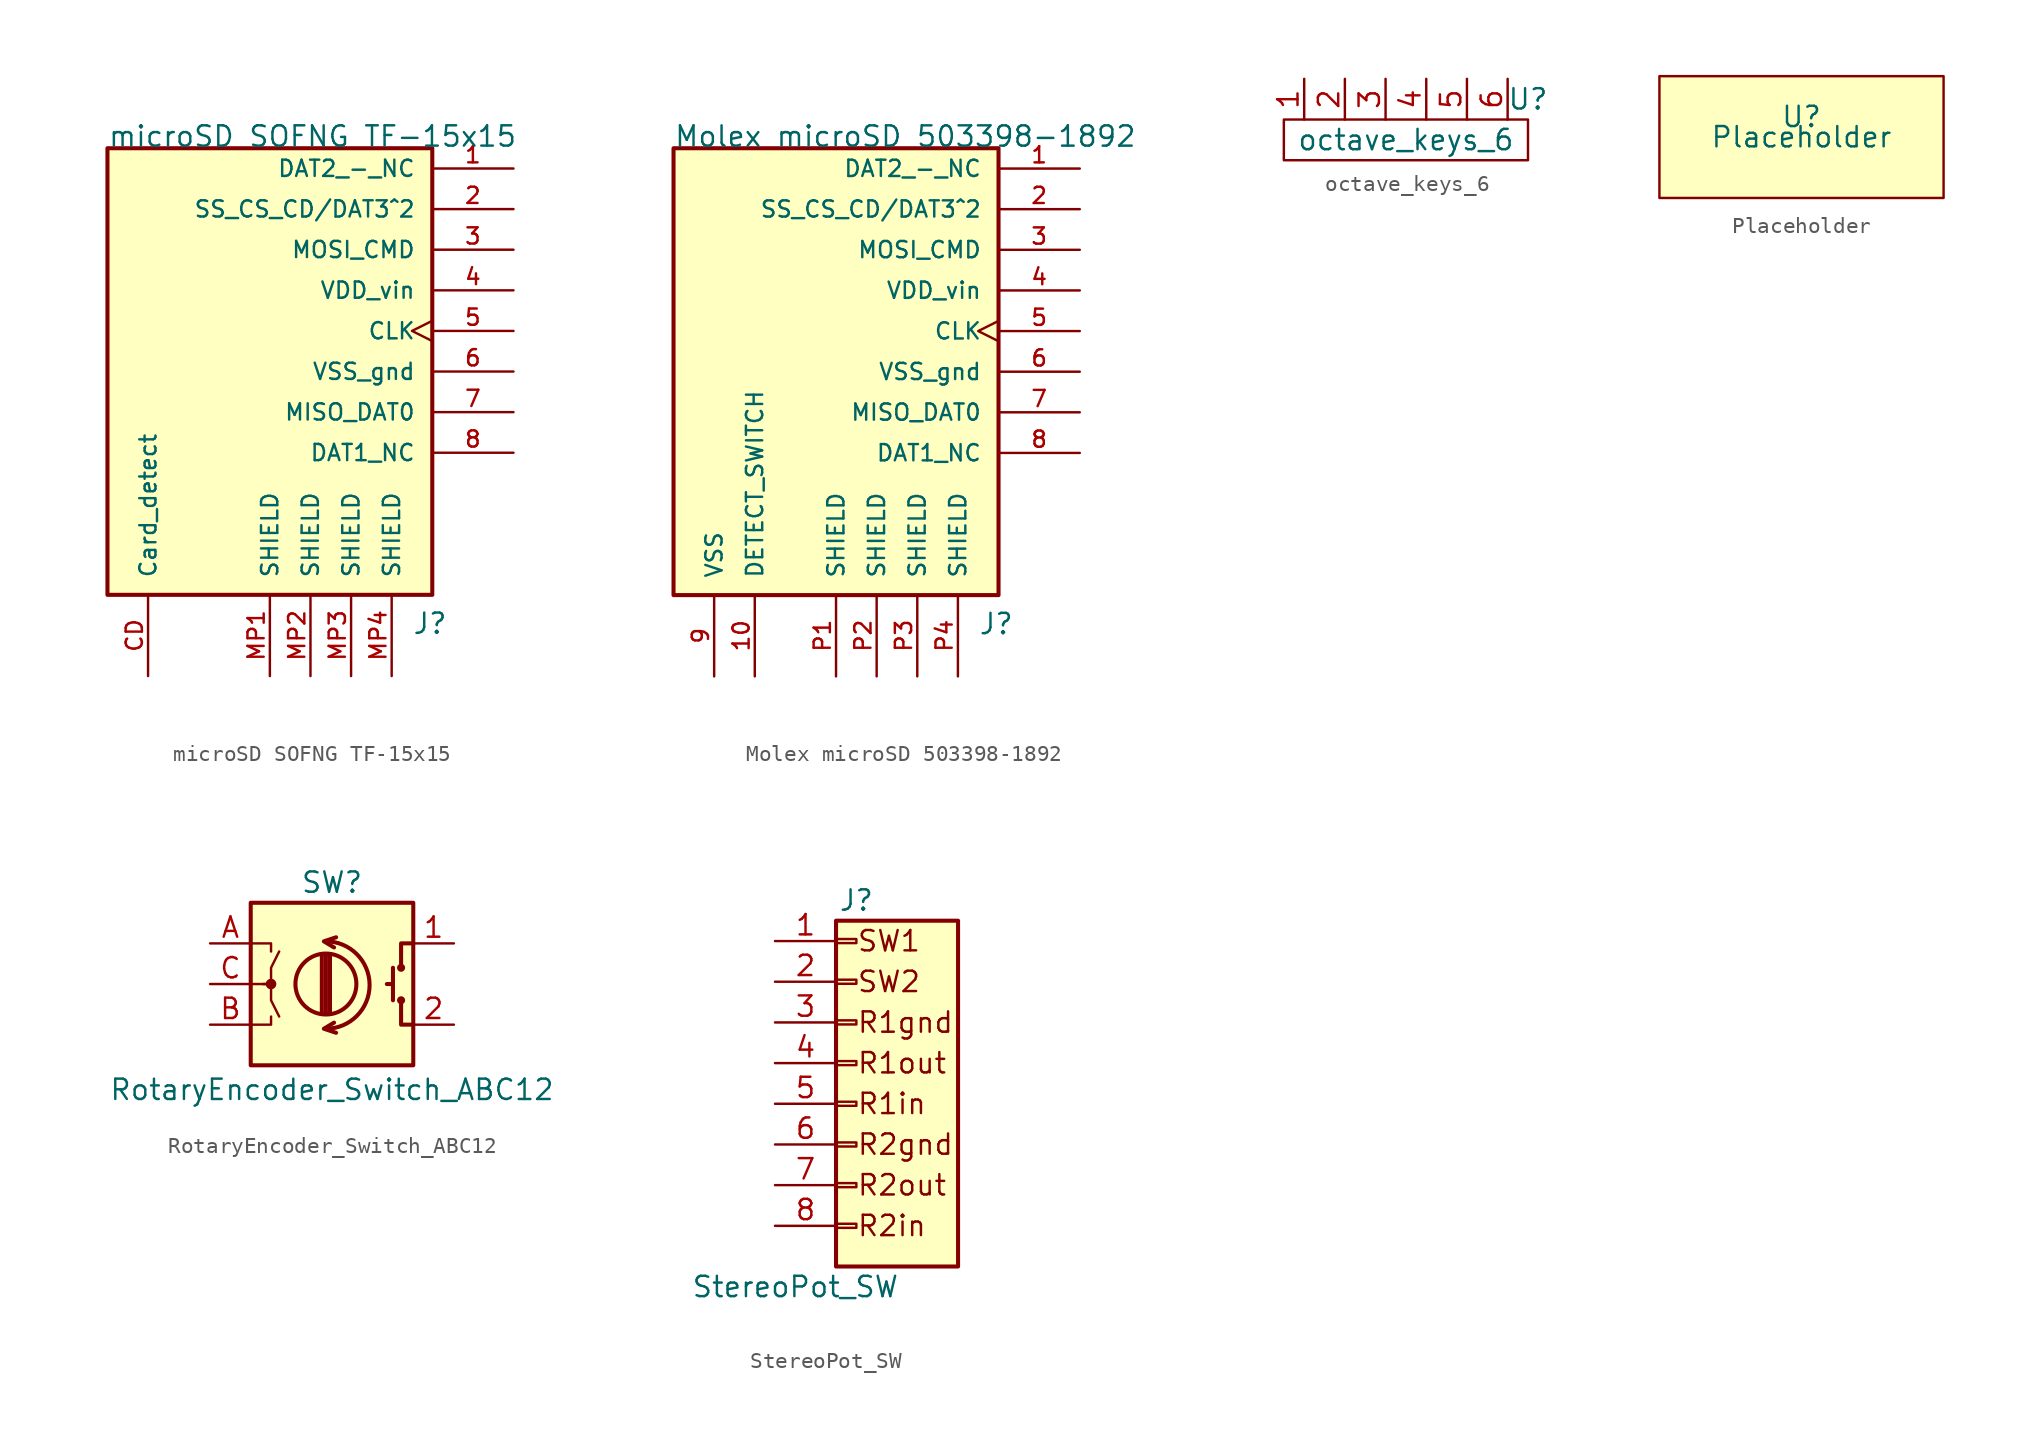
<source format=kicad_sym>
(kicad_symbol_lib
  (version 20211014)
  (generator kicad_symbol_editor)
  (symbol "microSD SOFNG TF-15x15"
    (pin_names
      (offset 1.016))
    (property "Reference" "J"
      (at 11.43 -15.24 0)
      (effects (font (size 1.27 1.27)) (justify left bottom)))
    (property "Value" "microSD SOFNG TF-15x15"
      (at -7.62 15.24 0)
      (effects (font (size 1.27 1.27)) (justify left bottom)))
    (symbol "microSD SOFNG TF-15x15_0_0"
      (rectangle (start -7.62 15.24) (end 12.7 -12.7) (stroke (width 0.254) (type default) (color 0 0 0 0)) (fill (type background)))
      (pin passive line (at 17.78 13.97 180) (length 5.08) (name "DAT2_-_NC" (effects (font (size 1.016 1.016)))) (number "1" (effects (font (size 1.016 1.016)))))
      (pin passive line (at 17.78 11.43 180) (length 5.08) (name "SS_CS_CD/DAT3^2" (effects (font (size 1.016 1.016)))) (number "2" (effects (font (size 1.016 1.016)))))
      (pin passive line (at 17.78 8.89 180) (length 5.08) (name "MOSI_CMD" (effects (font (size 1.016 1.016)))) (number "3" (effects (font (size 1.016 1.016)))))
      (pin power_in line (at 17.78 6.35 180) (length 5.08) (name "VDD_vin" (effects (font (size 1.016 1.016)))) (number "4" (effects (font (size 1.016 1.016)))))
      (pin passive clock (at 17.78 3.81 180) (length 5.08) (name "CLK" (effects (font (size 1.016 1.016)))) (number "5" (effects (font (size 1.016 1.016)))))
      (pin power_in line (at 17.78 1.27 180) (length 5.08) (name "VSS_gnd" (effects (font (size 1.016 1.016)))) (number "6" (effects (font (size 1.016 1.016)))))
      (pin passive line (at 17.78 -1.27 180) (length 5.08) (name "MISO_DAT0" (effects (font (size 1.016 1.016)))) (number "7" (effects (font (size 1.016 1.016)))))
      (pin passive line (at 17.78 -3.81 180) (length 5.08) (name "DAT1_NC" (effects (font (size 1.016 1.016)))) (number "8" (effects (font (size 1.016 1.016)))))
      (pin passive line (at -5.08 -17.78 90) (length 5.08) (name "Card_detect" (effects (font (size 1.016 1.016)))) (number "CD" (effects (font (size 1.016 1.016)))))
      (pin passive line (at 2.54 -17.78 90) (length 5.08) (name "SHIELD" (effects (font (size 1.016 1.016)))) (number "MP1" (effects (font (size 1.016 1.016)))))
      (pin passive line (at 5.08 -17.78 90) (length 5.08) (name "SHIELD" (effects (font (size 1.016 1.016)))) (number "MP2" (effects (font (size 1.016 1.016)))))
      (pin passive line (at 7.62 -17.78 90) (length 5.08) (name "SHIELD" (effects (font (size 1.016 1.016)))) (number "MP3" (effects (font (size 1.016 1.016)))))
      (pin passive line (at 10.16 -17.78 90) (length 5.08) (name "SHIELD" (effects (font (size 1.016 1.016)))) (number "MP4" (effects (font (size 1.016 1.016)))))))
  (symbol "Molex microSD 503398-1892"
    (pin_names
      (offset 1.016))
    (property "Reference" "J"
      (at 11.43 -15.24 0)
      (effects (font (size 1.27 1.27)) (justify left bottom)))
    (property "Value" "Molex microSD 503398-1892"
      (at -7.62 15.24 0)
      (effects (font (size 1.27 1.27)) (justify left bottom)))
    (symbol "Molex microSD 503398-1892_0_0"
      (rectangle (start -7.62 15.24) (end 12.7 -12.7) (stroke (width 0.254) (type default) (color 0 0 0 0)) (fill (type background)))
      (pin passive line (at 17.78 13.97 180) (length 5.08) (name "DAT2_-_NC" (effects (font (size 1.016 1.016)))) (number "1" (effects (font (size 1.016 1.016)))))
      (pin passive line (at -2.54 -17.78 90) (length 5.08) (name "DETECT_SWITCH" (effects (font (size 1.016 1.016)))) (number "10" (effects (font (size 1.016 1.016)))))
      (pin passive line (at 17.78 11.43 180) (length 5.08) (name "SS_CS_CD/DAT3^2" (effects (font (size 1.016 1.016)))) (number "2" (effects (font (size 1.016 1.016)))))
      (pin passive line (at 17.78 8.89 180) (length 5.08) (name "MOSI_CMD" (effects (font (size 1.016 1.016)))) (number "3" (effects (font (size 1.016 1.016)))))
      (pin power_in line (at 17.78 6.35 180) (length 5.08) (name "VDD_vin" (effects (font (size 1.016 1.016)))) (number "4" (effects (font (size 1.016 1.016)))))
      (pin passive clock (at 17.78 3.81 180) (length 5.08) (name "CLK" (effects (font (size 1.016 1.016)))) (number "5" (effects (font (size 1.016 1.016)))))
      (pin power_in line (at 17.78 1.27 180) (length 5.08) (name "VSS_gnd" (effects (font (size 1.016 1.016)))) (number "6" (effects (font (size 1.016 1.016)))))
      (pin passive line (at 17.78 -1.27 180) (length 5.08) (name "MISO_DAT0" (effects (font (size 1.016 1.016)))) (number "7" (effects (font (size 1.016 1.016)))))
      (pin passive line (at 17.78 -3.81 180) (length 5.08) (name "DAT1_NC" (effects (font (size 1.016 1.016)))) (number "8" (effects (font (size 1.016 1.016)))))
      (pin power_in line (at -5.08 -17.78 90) (length 5.08) (name "VSS" (effects (font (size 1.016 1.016)))) (number "9" (effects (font (size 1.016 1.016)))))
      (pin passive line (at 2.54 -17.78 90) (length 5.08) (name "SHIELD" (effects (font (size 1.016 1.016)))) (number "P1" (effects (font (size 1.016 1.016)))))
      (pin passive line (at 5.08 -17.78 90) (length 5.08) (name "SHIELD" (effects (font (size 1.016 1.016)))) (number "P2" (effects (font (size 1.016 1.016)))))
      (pin passive line (at 7.62 -17.78 90) (length 5.08) (name "SHIELD" (effects (font (size 1.016 1.016)))) (number "P3" (effects (font (size 1.016 1.016)))))
      (pin passive line (at 10.16 -17.78 90) (length 5.08) (name "SHIELD" (effects (font (size 1.016 1.016)))) (number "P4" (effects (font (size 1.016 1.016)))))))
  (symbol "octave_keys_6"
    (pin_names
      (offset 1.016))
    (property "Reference" "U"
      (at 5.08 5.08 0)
      (effects (font (size 1.27 1.27))))
    (property "Value" "octave_keys_6"
      (at -2.54 2.54 0)
      (effects (font (size 1.27 1.27))))
    (symbol "octave_keys_6_0_1"
      (rectangle (start -10.16 3.81) (end 5.08 1.27) (stroke (width 0) (type default) (color 0 0 0 0)) (fill (type none))))
    (symbol "octave_keys_6_1_1"
      (pin input line (at -8.89 6.35 270) (length 2.54) (name "~" (effects (font (size 1.27 1.27)))) (number "1" (effects (font (size 1.27 1.27)))))
      (pin input line (at -6.35 6.35 270) (length 2.54) (name "~" (effects (font (size 1.27 1.27)))) (number "2" (effects (font (size 1.27 1.27)))))
      (pin input line (at -3.81 6.35 270) (length 2.54) (name "~" (effects (font (size 1.27 1.27)))) (number "3" (effects (font (size 1.27 1.27)))))
      (pin input line (at -1.27 6.35 270) (length 2.54) (name "~" (effects (font (size 1.27 1.27)))) (number "4" (effects (font (size 1.27 1.27)))))
      (pin input line (at 1.27 6.35 270) (length 2.54) (name "~" (effects (font (size 1.27 1.27)))) (number "5" (effects (font (size 1.27 1.27)))))
      (pin input line (at 3.81 6.35 270) (length 2.54) (name "~" (effects (font (size 1.27 1.27)))) (number "6" (effects (font (size 1.27 1.27)))))))
  (symbol "Placeholder"
    (property "Reference" "U"
      (at 0 0 0)
      (effects (font (size 1.27 1.27))))
    (property "Value" "Placeholder"
      (at 0 -1.27 0)
      (effects (font (size 1.27 1.27))))
    (symbol "Placeholder_0_1"
      (rectangle (start -8.89 2.54) (end 8.89 -5.08) (stroke (width 0) (type default) (color 0 0 0 0)) (fill (type background)))))
  (symbol "RotaryEncoder_Switch_ABC12"
    (pin_names
      (offset 0.254) hide)
    (property "Reference" "SW"
      (at 0 6.35 0)
      (effects (font (size 1.27 1.27))))
    (property "Value" "RotaryEncoder_Switch_ABC12"
      (at 0 -6.604 0)
      (effects (font (size 1.27 1.27))))
    (symbol "RotaryEncoder_Switch_ABC12_0_1"
      (rectangle (start -5.08 5.08) (end 5.08 -5.08) (stroke (width 0.254) (type default) (color 0 0 0 0)) (fill (type background)))
      (circle (center -3.81 0) (radius 0.254) (stroke (width 0) (type default) (color 0 0 0 0)) (fill (type outline)))
      (arc (start -0.381 -2.794) (mid 2.3622 -0.0508) (end -0.381 2.667) (stroke (width 0.254) (type default) (color 0 0 0 0)) (fill (type none)))
      (circle (center -0.381 0) (radius 1.905) (stroke (width 0.254) (type default) (color 0 0 0 0)) (fill (type none)))
      (polyline (pts (xy -0.635 -1.778) (xy -0.635 1.778)) (stroke (width 0.254) (type default) (color 0 0 0 0)) (fill (type none)))
      (polyline (pts (xy -0.381 -1.778) (xy -0.381 1.778)) (stroke (width 0.254) (type default) (color 0 0 0 0)) (fill (type none)))
      (polyline (pts (xy -0.127 1.778) (xy -0.127 -1.778)) (stroke (width 0.254) (type default) (color 0 0 0 0)) (fill (type none)))
      (polyline (pts (xy 3.81 0) (xy 3.429 0)) (stroke (width 0.254) (type default) (color 0 0 0 0)) (fill (type none)))
      (polyline (pts (xy 3.81 1.016) (xy 3.81 -1.016)) (stroke (width 0.254) (type default) (color 0 0 0 0)) (fill (type none)))
      (polyline (pts (xy -5.08 -2.54) (xy -3.81 -2.54) (xy -3.81 -2.032)) (stroke (width 0) (type default) (color 0 0 0 0)) (fill (type none)))
      (polyline (pts (xy -5.08 2.54) (xy -3.81 2.54) (xy -3.81 2.032)) (stroke (width 0) (type default) (color 0 0 0 0)) (fill (type none)))
      (polyline (pts (xy 0.254 -3.048) (xy -0.508 -2.794) (xy 0.127 -2.413)) (stroke (width 0.254) (type default) (color 0 0 0 0)) (fill (type none)))
      (polyline (pts (xy 0.254 2.921) (xy -0.508 2.667) (xy 0.127 2.286)) (stroke (width 0.254) (type default) (color 0 0 0 0)) (fill (type none)))
      (polyline (pts (xy 5.08 -2.54) (xy 4.318 -2.54) (xy 4.318 -1.016)) (stroke (width 0.254) (type default) (color 0 0 0 0)) (fill (type none)))
      (polyline (pts (xy 5.08 2.54) (xy 4.318 2.54) (xy 4.318 1.016)) (stroke (width 0.254) (type default) (color 0 0 0 0)) (fill (type none)))
      (polyline (pts (xy -5.08 0) (xy -3.81 0) (xy -3.81 -1.016) (xy -3.302 -2.032)) (stroke (width 0) (type default) (color 0 0 0 0)) (fill (type none)))
      (polyline (pts (xy -4.318 0) (xy -3.81 0) (xy -3.81 1.016) (xy -3.302 2.032)) (stroke (width 0) (type default) (color 0 0 0 0)) (fill (type none)))
      (circle (center 4.318 -1.016) (radius 0.127) (stroke (width 0.254) (type default) (color 0 0 0 0)) (fill (type none)))
      (circle (center 4.318 1.016) (radius 0.127) (stroke (width 0.254) (type default) (color 0 0 0 0)) (fill (type none))))
    (symbol "RotaryEncoder_Switch_ABC12_1_1"
      (pin passive line (at 7.62 2.54 180) (length 2.54) (name "SWGND" (effects (font (size 1.27 1.27)))) (number "1" (effects (font (size 1.27 1.27)))))
      (pin passive line (at 7.62 -2.54 180) (length 2.54) (name "SW" (effects (font (size 1.27 1.27)))) (number "2" (effects (font (size 1.27 1.27)))))
      (pin passive line (at -7.62 2.54 0) (length 2.54) (name "A" (effects (font (size 1.27 1.27)))) (number "A" (effects (font (size 1.27 1.27)))))
      (pin passive line (at -7.62 -2.54 0) (length 2.54) (name "B" (effects (font (size 1.27 1.27)))) (number "B" (effects (font (size 1.27 1.27)))))
      (pin passive line (at -7.62 0 0) (length 2.54) (name "GND" (effects (font (size 1.27 1.27)))) (number "C" (effects (font (size 1.27 1.27)))))))
  (symbol "StereoPot_SW"
    (pin_names
      (offset 1.016) hide)
    (property "Reference" "J"
      (at 0 10.16 0)
      (effects (font (size 1.27 1.27))))
    (property "Value" "StereoPot_SW"
      (at -3.81 -13.97 0)
      (effects (font (size 1.27 1.27))))
    (symbol "StereoPot_SW_0_0"
      (text "R1gnd" (at 0 2.54 0) (effects (font (size 1.27 1.27)) (justify left)))
      (text "R1in" (at 0 -2.54 0) (effects (font (size 1.27 1.27)) (justify left)))
      (text "R1out" (at 0 0 0) (effects (font (size 1.27 1.27)) (justify left)))
      (text "R2gnd" (at 0 -5.08 0) (effects (font (size 1.27 1.27)) (justify left)))
      (text "R2in" (at 0 -10.16 0) (effects (font (size 1.27 1.27)) (justify left)))
      (text "R2out" (at 0 -7.62 0) (effects (font (size 1.27 1.27)) (justify left)))
      (text "SW1" (at 0 7.62 0) (effects (font (size 1.27 1.27)) (justify left)))
      (text "SW2" (at 0 5.08 0) (effects (font (size 1.27 1.27)) (justify left))))
    (symbol "StereoPot_SW_1_1"
      (rectangle (start -1.27 -10.033) (end 0 -10.287) (stroke (width 0.152) (type default) (color 0 0 0 0)) (fill (type none)))
      (rectangle (start -1.27 -7.493) (end 0 -7.747) (stroke (width 0.152) (type default) (color 0 0 0 0)) (fill (type none)))
      (rectangle (start -1.27 -4.953) (end 0 -5.207) (stroke (width 0.152) (type default) (color 0 0 0 0)) (fill (type none)))
      (rectangle (start -1.27 -2.413) (end 0 -2.667) (stroke (width 0.152) (type default) (color 0 0 0 0)) (fill (type none)))
      (rectangle (start -1.27 0.127) (end 0 -0.127) (stroke (width 0.152) (type default) (color 0 0 0 0)) (fill (type none)))
      (rectangle (start -1.27 2.667) (end 0 2.413) (stroke (width 0.152) (type default) (color 0 0 0 0)) (fill (type none)))
      (rectangle (start -1.27 5.207) (end 0 4.953) (stroke (width 0.152) (type default) (color 0 0 0 0)) (fill (type none)))
      (rectangle (start -1.27 7.747) (end 0 7.493) (stroke (width 0.152) (type default) (color 0 0 0 0)) (fill (type none)))
      (rectangle (start -1.27 8.89) (end 6.35 -12.7) (stroke (width 0.254) (type default) (color 0 0 0 0)) (fill (type background)))
      (pin passive line (at -5.08 7.62 0) (length 3.81) (name "SW1" (effects (font (size 1.27 1.27)))) (number "1" (effects (font (size 1.27 1.27)))))
      (pin passive line (at -5.08 5.08 0) (length 3.81) (name "SW2" (effects (font (size 1.27 1.27)))) (number "2" (effects (font (size 1.27 1.27)))))
      (pin passive line (at -5.08 2.54 0) (length 3.81) (name "Lin" (effects (font (size 1.27 1.27)))) (number "3" (effects (font (size 1.27 1.27)))))
      (pin passive line (at -5.08 0 0) (length 3.81) (name "Lout" (effects (font (size 1.27 1.27)))) (number "4" (effects (font (size 1.27 1.27)))))
      (pin passive line (at -5.08 -2.54 0) (length 3.81) (name "AGND" (effects (font (size 1.27 1.27)))) (number "5" (effects (font (size 1.27 1.27)))))
      (pin passive line (at -5.08 -5.08 0) (length 3.81) (name "Rin" (effects (font (size 1.27 1.27)))) (number "6" (effects (font (size 1.27 1.27)))))
      (pin passive line (at -5.08 -7.62 0) (length 3.81) (name "Rout" (effects (font (size 1.27 1.27)))) (number "7" (effects (font (size 1.27 1.27)))))
      (pin passive line (at -5.08 -10.16 0) (length 3.81) (name "Rout" (effects (font (size 1.27 1.27)))) (number "8" (effects (font (size 1.27 1.27))))))))
</source>
